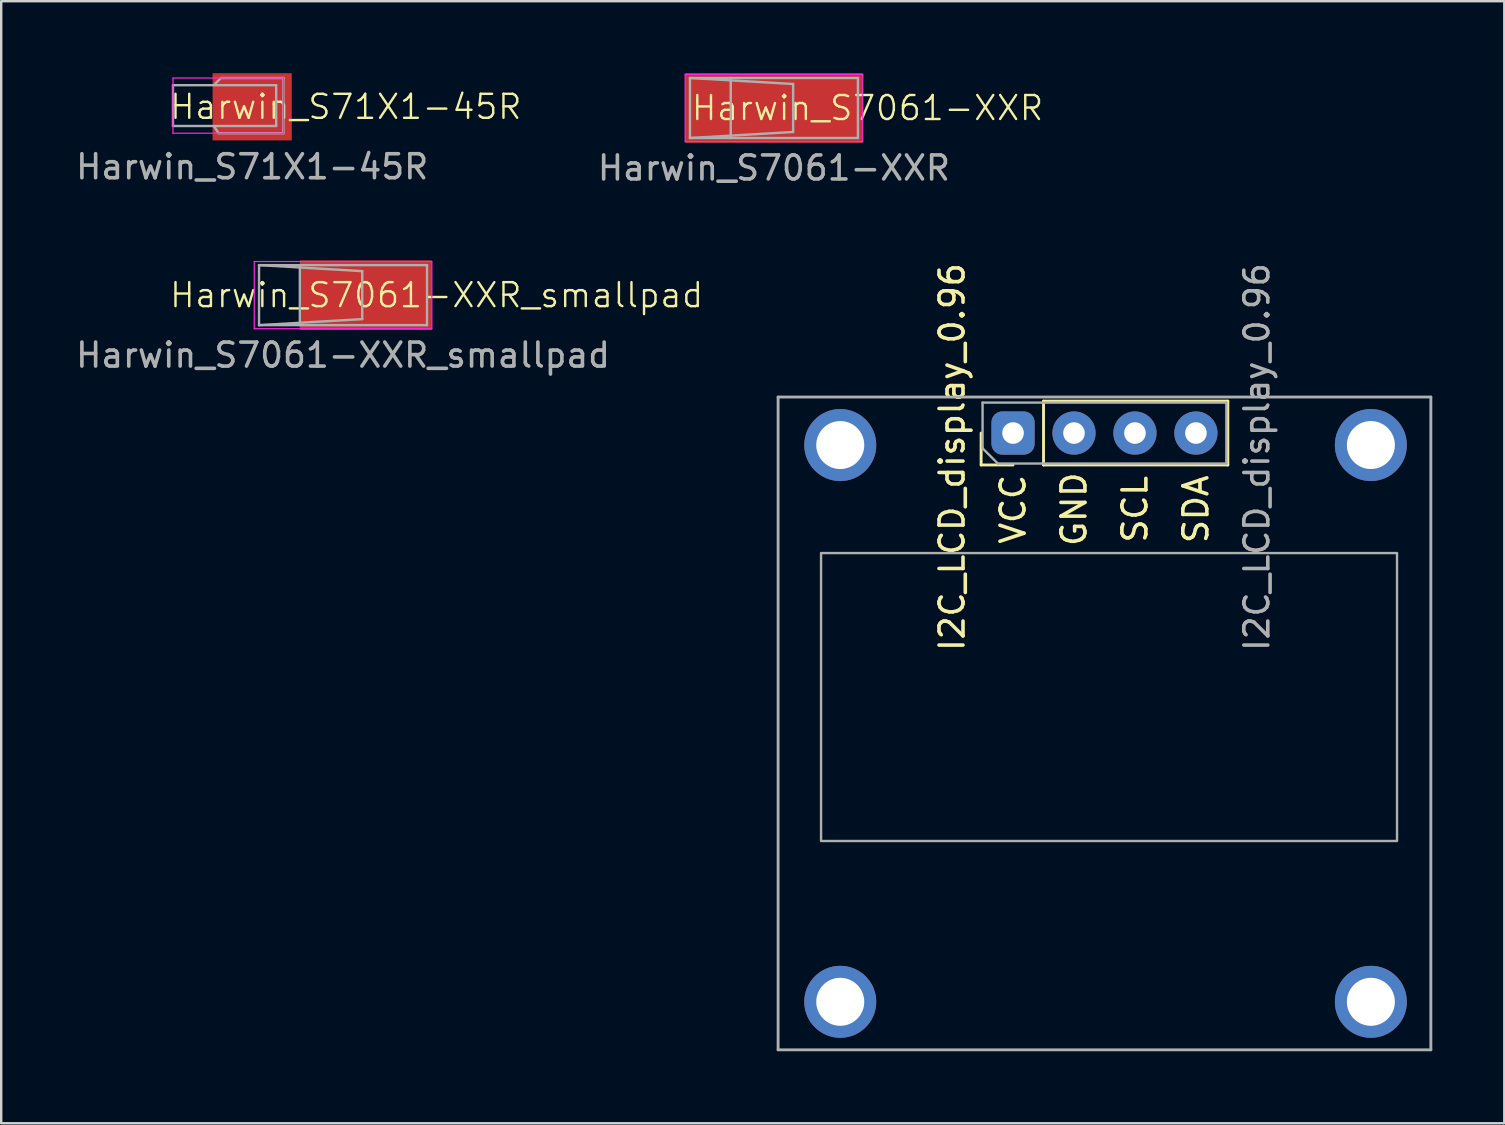
<source format=kicad_pcb>
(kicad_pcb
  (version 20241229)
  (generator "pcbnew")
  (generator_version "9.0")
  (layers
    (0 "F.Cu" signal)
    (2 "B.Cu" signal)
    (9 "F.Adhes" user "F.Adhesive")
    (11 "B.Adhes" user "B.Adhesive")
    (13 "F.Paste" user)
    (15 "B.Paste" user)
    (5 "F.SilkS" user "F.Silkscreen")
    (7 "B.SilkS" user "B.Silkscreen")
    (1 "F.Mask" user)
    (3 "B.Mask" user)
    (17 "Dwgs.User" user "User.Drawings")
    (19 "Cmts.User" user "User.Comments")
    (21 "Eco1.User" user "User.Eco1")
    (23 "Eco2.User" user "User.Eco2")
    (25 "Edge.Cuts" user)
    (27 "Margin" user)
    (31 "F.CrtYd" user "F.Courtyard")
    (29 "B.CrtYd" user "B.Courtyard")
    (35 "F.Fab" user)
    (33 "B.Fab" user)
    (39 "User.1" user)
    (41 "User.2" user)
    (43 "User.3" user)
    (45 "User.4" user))
  (footprint "Harwin_S7061-XXR"
    (layer "F.Cu")
    (at 29.2 1.45)
    (property "Reference" "Harwin_S7061-XXR" (at 3.9 0 0) (unlocked yes) (layer "F.SilkS") (effects (font (size 1 1) (thickness 0.1))))
    (attr smd)
    (fp_line (start -3.7 -1.4) (end -3.7 1.4) (stroke (width 0.05) (type default)) (layer "F.CrtYd"))
    (fp_line (start -3.7 1.4) (end 3.7 1.4) (stroke (width 0.05) (type default)) (layer "F.CrtYd"))
    (fp_line (start 3.7 -1.4) (end -3.7 -1.4) (stroke (width 0.05) (type default)) (layer "F.CrtYd"))
    (fp_line (start 3.7 1.4) (end 3.7 -1.4) (stroke (width 0.05) (type default)) (layer "F.CrtYd"))
    (fp_line (start -3.5 -1.25) (end 3.5 -1.25) (stroke (width 0.1) (type default)) (layer "F.Fab"))
    (fp_line (start -3.5 1.25) (end -3.5 -1.25) (stroke (width 0.1) (type default)) (layer "F.Fab"))
    (fp_line (start -3.5 1.25) (end 3.5 1.25) (stroke (width 0.1) (type default)) (layer "F.Fab"))
    (fp_line (start -1.8 1.25) (end -1.8 -1.25) (stroke (width 0.1) (type default)) (layer "F.Fab"))
    (fp_line (start 0.8 -1) (end -3.5 -1.25) (stroke (width 0.1) (type default)) (layer "F.Fab"))
    (fp_line (start 0.8 -1) (end 0.8 1) (stroke (width 0.1) (type default)) (layer "F.Fab"))
    (fp_line (start 0.8 1) (end -3.5 1.25) (stroke (width 0.1) (type default)) (layer "F.Fab"))
    (fp_line (start 3.5 1.25) (end 3.5 -1.25) (stroke (width 0.1) (type default)) (layer "F.Fab"))
    (fp_text user "${REFERENCE}" (at 0 2.5 0) (unlocked yes) (layer "F.Fab") (effects (font (size 1 1) (thickness 0.15))))
    (pad "1" smd rect (at 0 0) (size 7.4 2.9) (layers "F.Cu" "F.Mask" "F.Paste")))
  (footprint "I2C_LCD_display_0.96"
    (layer "F.Cu")
    (at 39.163 14.995)
    (property "Reference" "I2C_LCD_display_0.96" (at -2.54 1 270) (layer "F.SilkS") (effects (font (size 1 1) (thickness 0.15))))
    (attr through_hole)
    (fp_line (start -1.33 1.33) (end -1.33 0) (stroke (width 0.12) (type solid)) (layer "F.SilkS"))
    (fp_line (start 0 1.33) (end -1.33 1.33) (stroke (width 0.12) (type solid)) (layer "F.SilkS"))
    (fp_line (start 1.27 -1.33) (end 8.95 -1.33) (stroke (width 0.12) (type solid)) (layer "F.SilkS"))
    (fp_line (start 1.27 1.33) (end 1.27 -1.33) (stroke (width 0.12) (type solid)) (layer "F.SilkS"))
    (fp_line (start 1.27 1.33) (end 8.95 1.33) (stroke (width 0.12) (type solid)) (layer "F.SilkS"))
    (fp_line (start 8.95 1.33) (end 8.95 -1.33) (stroke (width 0.12) (type solid)) (layer "F.SilkS"))
    (fp_line (start -9.79 -1.5) (end 17.41 -1.5) (stroke (width 0.12) (type solid)) (layer "F.Fab"))
    (fp_line (start -9.79 25.7) (end -9.79 -1.5) (stroke (width 0.12) (type solid)) (layer "F.Fab"))
    (fp_line (start -1.27 -1.27) (end 8.89 -1.27) (stroke (width 0.1) (type solid)) (layer "F.Fab"))
    (fp_line (start -1.27 0.635) (end -1.27 -1.27) (stroke (width 0.1) (type solid)) (layer "F.Fab"))
    (fp_line (start -0.635 1.27) (end -1.27 0.635) (stroke (width 0.1) (type solid)) (layer "F.Fab"))
    (fp_line (start 8.89 -1.27) (end 8.89 1.27) (stroke (width 0.1) (type solid)) (layer "F.Fab"))
    (fp_line (start 8.89 1.27) (end -0.635 1.27) (stroke (width 0.1) (type solid)) (layer "F.Fab"))
    (fp_line (start 17.41 -1.5) (end 17.41 25.7) (stroke (width 0.12) (type solid)) (layer "F.Fab"))
    (fp_line (start 17.41 25.7) (end -9.79 25.7) (stroke (width 0.12) (type solid)) (layer "F.Fab"))
    (fp_poly (pts (xy 16 17) (xy -8 17) (xy -8 5) (xy 16 5)) (stroke (width 0.1) (type solid)) (fill no) (layer "F.Fab"))
    (fp_text user "SCL" (at 5.08 3.175 90) (layer "F.SilkS") (effects (font (size 1 1) (thickness 0.15))))
    (fp_text user "SDA" (at 7.62 3.175 90) (layer "F.SilkS") (effects (font (size 1 1) (thickness 0.15))))
    (fp_text user "VCC" (at 0 3.175 90) (layer "F.SilkS") (effects (font (size 1 1) (thickness 0.15))))
    (fp_text user "GND" (at 2.54 3.175 90) (layer "F.SilkS") (effects (font (size 1 1) (thickness 0.15))))
    (fp_text user "${REFERENCE}" (at 10.16 1 270) (layer "F.Fab") (effects (font (size 1 1) (thickness 0.15))))
    (pad "" thru_hole circle (at -7.2 0.5 90) (size 3 3) (drill 2) (layers "*.Cu" "*.Mask"))
    (pad "" thru_hole circle (at -7.2 23.7 90) (size 3 3) (drill 2) (layers "*.Cu" "*.Mask"))
    (pad "" thru_hole circle (at 14.91 0.5 90) (size 3 3) (drill 2) (layers "*.Cu" "*.Mask"))
    (pad "" thru_hole circle (at 14.91 23.7 90) (size 3 3) (drill 2) (layers "*.Cu" "*.Mask"))
    (pad "1" thru_hole roundrect (at 0 0 90) (size 1.8 1.8) (drill 0.9) (layers "*.Cu" "*.Mask") (roundrect_rratio 0.25))
    (pad "2" thru_hole circle (at 2.54 0 90) (size 1.8 1.8) (drill 0.9) (layers "*.Cu" "*.Mask"))
    (pad "3" thru_hole circle (at 5.08 0 90) (size 1.8 1.8) (drill 0.9) (layers "*.Cu" "*.Mask"))
    (pad "4" thru_hole circle (at 7.62 0 90) (size 1.8 1.8) (drill 0.9) (layers "*.Cu" "*.Mask")))
  (footprint "Harwin_S7061-XXR_smallpad"
    (layer "F.Cu")
    (at 11.244 9.248)
    (property "Reference" "Harwin_S7061-XXR_smallpad" (at 3.9 0 0) (unlocked yes) (layer "F.SilkS") (effects (font (size 1 1) (thickness 0.1))))
    (attr smd)
    (fp_line (start -3.7 -1.4) (end -3.7 1.4) (stroke (width 0.05) (type default)) (layer "F.CrtYd"))
    (fp_line (start -3.7 1.4) (end 3.7 1.4) (stroke (width 0.05) (type default)) (layer "F.CrtYd"))
    (fp_line (start 3.7 -1.4) (end -3.7 -1.4) (stroke (width 0.05) (type default)) (layer "F.CrtYd"))
    (fp_line (start 3.7 1.4) (end 3.7 -1.4) (stroke (width 0.05) (type default)) (layer "F.CrtYd"))
    (fp_line (start -3.5 -1.25) (end 3.5 -1.25) (stroke (width 0.1) (type default)) (layer "F.Fab"))
    (fp_line (start -3.5 1.25) (end -3.5 -1.25) (stroke (width 0.1) (type default)) (layer "F.Fab"))
    (fp_line (start -3.5 1.25) (end 3.5 1.25) (stroke (width 0.1) (type default)) (layer "F.Fab"))
    (fp_line (start -1.8 1.25) (end -1.8 -1.25) (stroke (width 0.1) (type default)) (layer "F.Fab"))
    (fp_line (start 0.8 -1) (end -3.5 -1.25) (stroke (width 0.1) (type default)) (layer "F.Fab"))
    (fp_line (start 0.8 -1) (end 0.8 1) (stroke (width 0.1) (type default)) (layer "F.Fab"))
    (fp_line (start 0.8 1) (end -3.5 1.25) (stroke (width 0.1) (type default)) (layer "F.Fab"))
    (fp_line (start 3.5 1.25) (end 3.5 -1.25) (stroke (width 0.1) (type default)) (layer "F.Fab"))
    (fp_text user "${REFERENCE}" (at 0 2.5 0) (unlocked yes) (layer "F.Fab") (effects (font (size 1 1) (thickness 0.15))))
    (pad "1" smd rect (at 0.95 0) (size 5.5 2.9) (layers "F.Cu" "F.Mask" "F.Paste")))
  (footprint "Harwin_S71X1-45R"
    (layer "F.Cu")
    (at 7.458 1.4)
    (property "Reference" "Harwin_S71X1-45R" (at 3.9 0 0) (unlocked yes) (layer "F.SilkS") (effects (font (size 1 1) (thickness 0.1))))
    (attr smd)
    (fp_line (start -3.3 -1.2) (end -3.3 1.1) (stroke (width 0.05) (type default)) (layer "F.CrtYd"))
    (fp_line (start -3.3 1.1) (end 1.3 1.1) (stroke (width 0.05) (type default)) (layer "F.CrtYd"))
    (fp_line (start 1.3 -1.2) (end -3.3 -1.2) (stroke (width 0.05) (type default)) (layer "F.CrtYd"))
    (fp_line (start 1.3 1.1) (end 1.3 -1.2) (stroke (width 0.05) (type default)) (layer "F.CrtYd"))
    (fp_line (start -3.3 -0.9) (end -3.3 0.8) (stroke (width 0.1) (type default)) (layer "F.Fab"))
    (fp_line (start -1.6 -0.9) (end -1.3 -1.2) (stroke (width 0.1) (type default)) (layer "F.Fab"))
    (fp_line (start -1.4 1.1) (end -1.6 0.8) (stroke (width 0.1) (type default)) (layer "F.Fab"))
    (fp_line (start -1.4 1.1) (end 1.3 1.1) (stroke (width 0.1) (type default)) (layer "F.Fab"))
    (fp_line (start -1.3 -1.2) (end 1.3 -1.2) (stroke (width 0.1) (type default)) (layer "F.Fab"))
    (fp_line (start 1 -0.9) (end -3.3 -0.9) (stroke (width 0.1) (type default)) (layer "F.Fab"))
    (fp_line (start 1 -0.9) (end 1 0.8) (stroke (width 0.1) (type default)) (layer "F.Fab"))
    (fp_line (start 1 0.8) (end -3.3 0.8) (stroke (width 0.1) (type default)) (layer "F.Fab"))
    (fp_line (start 1.3 1.1) (end 1.3 -1.2) (stroke (width 0.1) (type default)) (layer "F.Fab"))
    (fp_text user "${REFERENCE}" (at 0 2.5 0) (unlocked yes) (layer "F.Fab") (effects (font (size 1 1) (thickness 0.15))))
    (pad "1" smd rect (at 0 0) (size 3.3 2.8) (layers "F.Cu" "F.Mask" "F.Paste")))
  (gr_rect
    (start -3 -3)
    (end 59.633 43.755)
    (stroke (width 0.1) (type default))
    (fill no)
    (layer "Edge.Cuts")))
</source>
